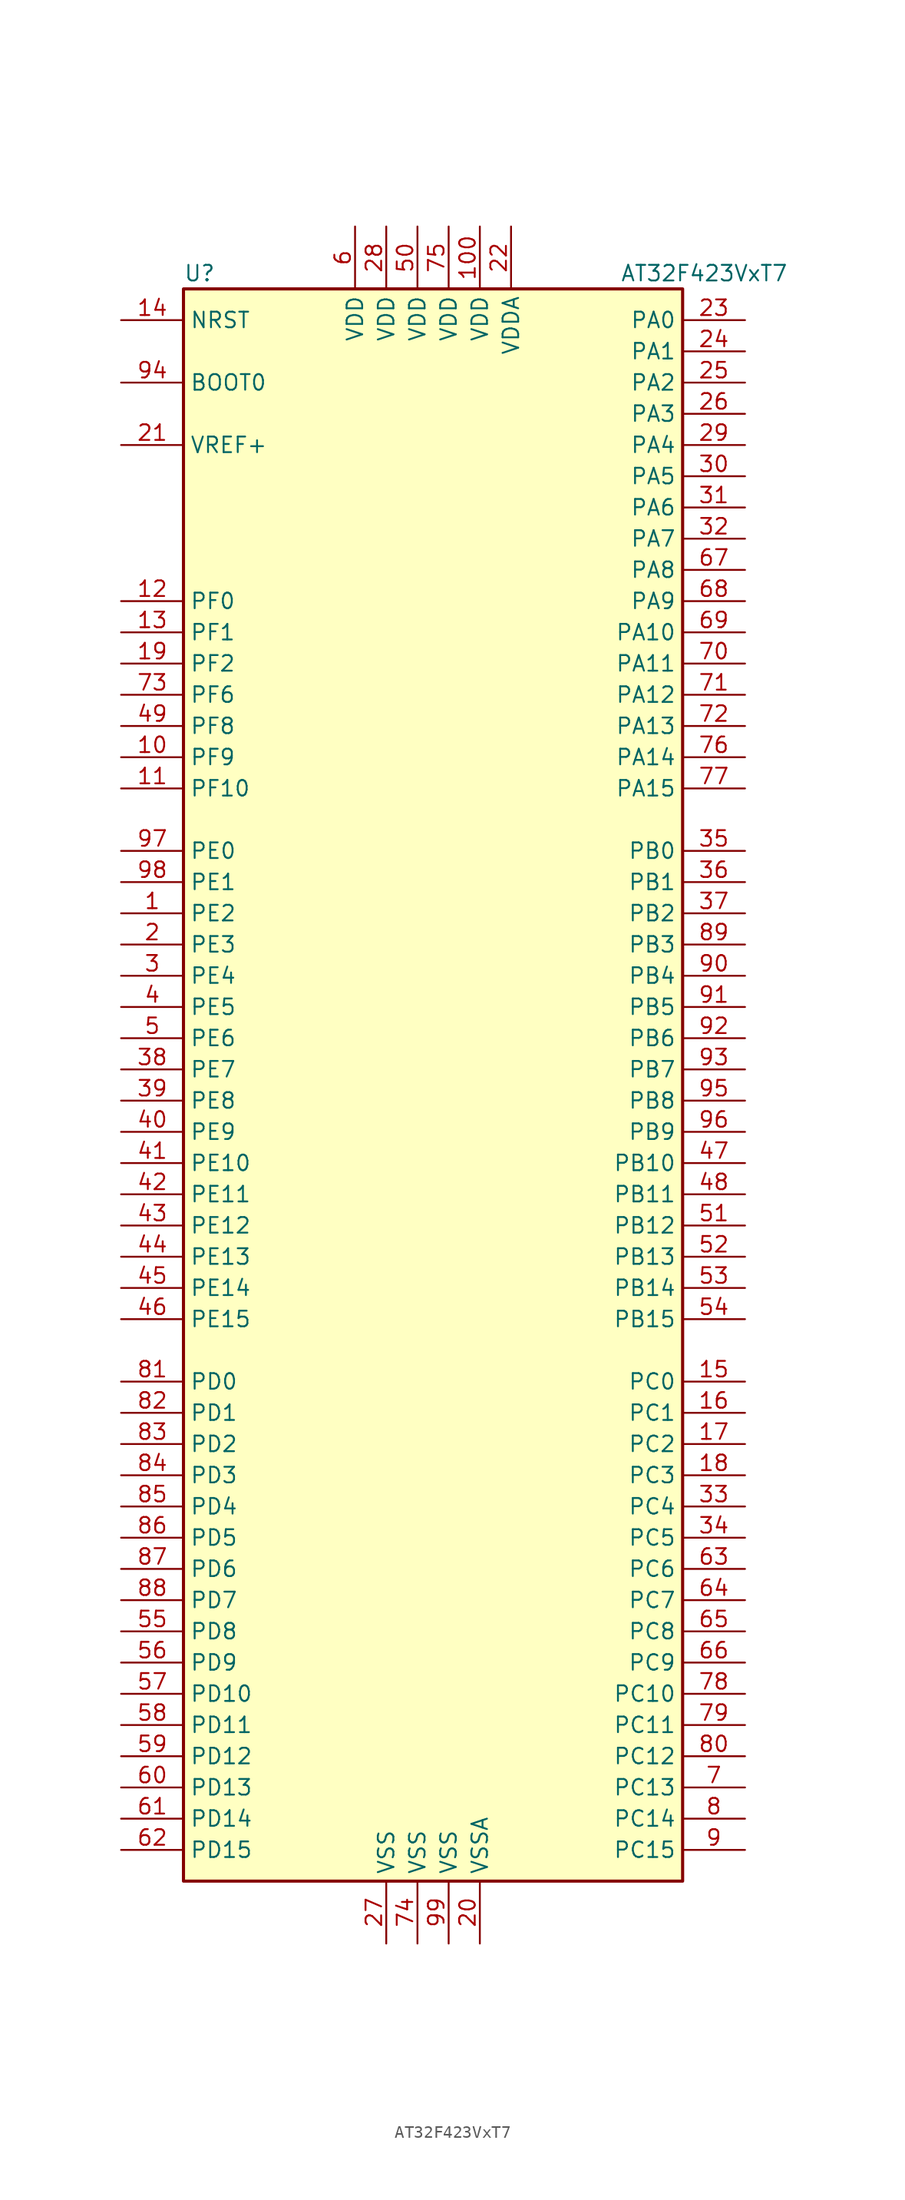
<source format=kicad_sym>
(kicad_symbol_lib
  (version 20220331)
  (generator kicad_symbol_editor)
  (symbol "AT32F423VxT7"
    (property "Reference" "U"
      (at -20.32 64.77 0)
      (effects (font (size 1.27 1.27)) (justify left)))
    (property "Value" "AT32F423VxT7"
      (at 15.24 64.77 0)
      (effects (font (size 1.27 1.27)) (justify left)))
    (symbol "AT32F423VxT7_0_1"
      (rectangle (start -20.32 63.5) (end 20.32 -66.04) (stroke (width 0.254) (type default)) (fill (type background))))
    (symbol "AT32F423VxT7_1_1"
      (pin bidirectional line (at -25.4 12.7 0) (length 5.08) (name "PE2" (effects (font (size 1.27 1.27)))) (number "1" (effects (font (size 1.27 1.27)))))
      (pin bidirectional line (at -25.4 25.4 0) (length 5.08) (name "PF9" (effects (font (size 1.27 1.27)))) (number "10" (effects (font (size 1.27 1.27)))))
      (pin power_in line (at 3.81 68.58 270) (length 5.08) (name "VDD" (effects (font (size 1.27 1.27)))) (number "100" (effects (font (size 1.27 1.27)))))
      (pin bidirectional line (at -25.4 22.86 0) (length 5.08) (name "PF10" (effects (font (size 1.27 1.27)))) (number "11" (effects (font (size 1.27 1.27)))))
      (pin input line (at -25.4 38.1 0) (length 5.08) (name "PF0" (effects (font (size 1.27 1.27)))) (number "12" (effects (font (size 1.27 1.27)))))
      (pin input line (at -25.4 35.56 0) (length 5.08) (name "PF1" (effects (font (size 1.27 1.27)))) (number "13" (effects (font (size 1.27 1.27)))))
      (pin input line (at -25.4 60.96 0) (length 5.08) (name "NRST" (effects (font (size 1.27 1.27)))) (number "14" (effects (font (size 1.27 1.27)))))
      (pin bidirectional line (at 25.4 -25.4 180) (length 5.08) (name "PC0" (effects (font (size 1.27 1.27)))) (number "15" (effects (font (size 1.27 1.27)))))
      (pin bidirectional line (at 25.4 -27.94 180) (length 5.08) (name "PC1" (effects (font (size 1.27 1.27)))) (number "16" (effects (font (size 1.27 1.27)))))
      (pin bidirectional line (at 25.4 -30.48 180) (length 5.08) (name "PC2" (effects (font (size 1.27 1.27)))) (number "17" (effects (font (size 1.27 1.27)))))
      (pin bidirectional line (at 25.4 -33.02 180) (length 5.08) (name "PC3" (effects (font (size 1.27 1.27)))) (number "18" (effects (font (size 1.27 1.27)))))
      (pin bidirectional line (at -25.4 33.02 0) (length 5.08) (name "PF2" (effects (font (size 1.27 1.27)))) (number "19" (effects (font (size 1.27 1.27)))))
      (pin bidirectional line (at -25.4 10.16 0) (length 5.08) (name "PE3" (effects (font (size 1.27 1.27)))) (number "2" (effects (font (size 1.27 1.27)))))
      (pin power_in line (at 3.81 -71.12 90) (length 5.08) (name "VSSA" (effects (font (size 1.27 1.27)))) (number "20" (effects (font (size 1.27 1.27)))))
      (pin power_in line (at -25.4 50.8 0) (length 5.08) (name "VREF+" (effects (font (size 1.27 1.27)))) (number "21" (effects (font (size 1.27 1.27)))))
      (pin power_in line (at 6.35 68.58 270) (length 5.08) (name "VDDA" (effects (font (size 1.27 1.27)))) (number "22" (effects (font (size 1.27 1.27)))))
      (pin bidirectional line (at 25.4 60.96 180) (length 5.08) (name "PA0" (effects (font (size 1.27 1.27)))) (number "23" (effects (font (size 1.27 1.27)))))
      (pin bidirectional line (at 25.4 58.42 180) (length 5.08) (name "PA1" (effects (font (size 1.27 1.27)))) (number "24" (effects (font (size 1.27 1.27)))))
      (pin bidirectional line (at 25.4 55.88 180) (length 5.08) (name "PA2" (effects (font (size 1.27 1.27)))) (number "25" (effects (font (size 1.27 1.27)))))
      (pin bidirectional line (at 25.4 53.34 180) (length 5.08) (name "PA3" (effects (font (size 1.27 1.27)))) (number "26" (effects (font (size 1.27 1.27)))))
      (pin power_in line (at -3.81 -71.12 90) (length 5.08) (name "VSS" (effects (font (size 1.27 1.27)))) (number "27" (effects (font (size 1.27 1.27)))))
      (pin power_in line (at -3.81 68.58 270) (length 5.08) (name "VDD" (effects (font (size 1.27 1.27)))) (number "28" (effects (font (size 1.27 1.27)))))
      (pin bidirectional line (at 25.4 50.8 180) (length 5.08) (name "PA4" (effects (font (size 1.27 1.27)))) (number "29" (effects (font (size 1.27 1.27)))))
      (pin bidirectional line (at -25.4 7.62 0) (length 5.08) (name "PE4" (effects (font (size 1.27 1.27)))) (number "3" (effects (font (size 1.27 1.27)))))
      (pin bidirectional line (at 25.4 48.26 180) (length 5.08) (name "PA5" (effects (font (size 1.27 1.27)))) (number "30" (effects (font (size 1.27 1.27)))))
      (pin bidirectional line (at 25.4 45.72 180) (length 5.08) (name "PA6" (effects (font (size 1.27 1.27)))) (number "31" (effects (font (size 1.27 1.27)))))
      (pin bidirectional line (at 25.4 43.18 180) (length 5.08) (name "PA7" (effects (font (size 1.27 1.27)))) (number "32" (effects (font (size 1.27 1.27)))))
      (pin bidirectional line (at 25.4 -35.56 180) (length 5.08) (name "PC4" (effects (font (size 1.27 1.27)))) (number "33" (effects (font (size 1.27 1.27)))))
      (pin bidirectional line (at 25.4 -38.1 180) (length 5.08) (name "PC5" (effects (font (size 1.27 1.27)))) (number "34" (effects (font (size 1.27 1.27)))))
      (pin bidirectional line (at 25.4 17.78 180) (length 5.08) (name "PB0" (effects (font (size 1.27 1.27)))) (number "35" (effects (font (size 1.27 1.27)))))
      (pin bidirectional line (at 25.4 15.24 180) (length 5.08) (name "PB1" (effects (font (size 1.27 1.27)))) (number "36" (effects (font (size 1.27 1.27)))))
      (pin bidirectional line (at 25.4 12.7 180) (length 5.08) (name "PB2" (effects (font (size 1.27 1.27)))) (number "37" (effects (font (size 1.27 1.27)))))
      (pin bidirectional line (at -25.4 0 0) (length 5.08) (name "PE7" (effects (font (size 1.27 1.27)))) (number "38" (effects (font (size 1.27 1.27)))))
      (pin bidirectional line (at -25.4 -2.54 0) (length 5.08) (name "PE8" (effects (font (size 1.27 1.27)))) (number "39" (effects (font (size 1.27 1.27)))))
      (pin bidirectional line (at -25.4 5.08 0) (length 5.08) (name "PE5" (effects (font (size 1.27 1.27)))) (number "4" (effects (font (size 1.27 1.27)))))
      (pin bidirectional line (at -25.4 -5.08 0) (length 5.08) (name "PE9" (effects (font (size 1.27 1.27)))) (number "40" (effects (font (size 1.27 1.27)))))
      (pin bidirectional line (at -25.4 -7.62 0) (length 5.08) (name "PE10" (effects (font (size 1.27 1.27)))) (number "41" (effects (font (size 1.27 1.27)))))
      (pin bidirectional line (at -25.4 -10.16 0) (length 5.08) (name "PE11" (effects (font (size 1.27 1.27)))) (number "42" (effects (font (size 1.27 1.27)))))
      (pin bidirectional line (at -25.4 -12.7 0) (length 5.08) (name "PE12" (effects (font (size 1.27 1.27)))) (number "43" (effects (font (size 1.27 1.27)))))
      (pin bidirectional line (at -25.4 -15.24 0) (length 5.08) (name "PE13" (effects (font (size 1.27 1.27)))) (number "44" (effects (font (size 1.27 1.27)))))
      (pin bidirectional line (at -25.4 -17.78 0) (length 5.08) (name "PE14" (effects (font (size 1.27 1.27)))) (number "45" (effects (font (size 1.27 1.27)))))
      (pin bidirectional line (at -25.4 -20.32 0) (length 5.08) (name "PE15" (effects (font (size 1.27 1.27)))) (number "46" (effects (font (size 1.27 1.27)))))
      (pin bidirectional line (at 25.4 -7.62 180) (length 5.08) (name "PB10" (effects (font (size 1.27 1.27)))) (number "47" (effects (font (size 1.27 1.27)))))
      (pin bidirectional line (at 25.4 -10.16 180) (length 5.08) (name "PB11" (effects (font (size 1.27 1.27)))) (number "48" (effects (font (size 1.27 1.27)))))
      (pin bidirectional line (at -25.4 27.94 0) (length 5.08) (name "PF8" (effects (font (size 1.27 1.27)))) (number "49" (effects (font (size 1.27 1.27)))))
      (pin bidirectional line (at -25.4 2.54 0) (length 5.08) (name "PE6" (effects (font (size 1.27 1.27)))) (number "5" (effects (font (size 1.27 1.27)))))
      (pin power_in line (at -1.27 68.58 270) (length 5.08) (name "VDD" (effects (font (size 1.27 1.27)))) (number "50" (effects (font (size 1.27 1.27)))))
      (pin bidirectional line (at 25.4 -12.7 180) (length 5.08) (name "PB12" (effects (font (size 1.27 1.27)))) (number "51" (effects (font (size 1.27 1.27)))))
      (pin bidirectional line (at 25.4 -15.24 180) (length 5.08) (name "PB13" (effects (font (size 1.27 1.27)))) (number "52" (effects (font (size 1.27 1.27)))))
      (pin bidirectional line (at 25.4 -17.78 180) (length 5.08) (name "PB14" (effects (font (size 1.27 1.27)))) (number "53" (effects (font (size 1.27 1.27)))))
      (pin bidirectional line (at 25.4 -20.32 180) (length 5.08) (name "PB15" (effects (font (size 1.27 1.27)))) (number "54" (effects (font (size 1.27 1.27)))))
      (pin bidirectional line (at -25.4 -45.72 0) (length 5.08) (name "PD8" (effects (font (size 1.27 1.27)))) (number "55" (effects (font (size 1.27 1.27)))))
      (pin bidirectional line (at -25.4 -48.26 0) (length 5.08) (name "PD9" (effects (font (size 1.27 1.27)))) (number "56" (effects (font (size 1.27 1.27)))))
      (pin bidirectional line (at -25.4 -50.8 0) (length 5.08) (name "PD10" (effects (font (size 1.27 1.27)))) (number "57" (effects (font (size 1.27 1.27)))))
      (pin bidirectional line (at -25.4 -53.34 0) (length 5.08) (name "PD11" (effects (font (size 1.27 1.27)))) (number "58" (effects (font (size 1.27 1.27)))))
      (pin bidirectional line (at -25.4 -55.88 0) (length 5.08) (name "PD12" (effects (font (size 1.27 1.27)))) (number "59" (effects (font (size 1.27 1.27)))))
      (pin power_in line (at -6.35 68.58 270) (length 5.08) (name "VDD" (effects (font (size 1.27 1.27)))) (number "6" (effects (font (size 1.27 1.27)))))
      (pin bidirectional line (at -25.4 -58.42 0) (length 5.08) (name "PD13" (effects (font (size 1.27 1.27)))) (number "60" (effects (font (size 1.27 1.27)))))
      (pin bidirectional line (at -25.4 -60.96 0) (length 5.08) (name "PD14" (effects (font (size 1.27 1.27)))) (number "61" (effects (font (size 1.27 1.27)))))
      (pin bidirectional line (at -25.4 -63.5 0) (length 5.08) (name "PD15" (effects (font (size 1.27 1.27)))) (number "62" (effects (font (size 1.27 1.27)))))
      (pin bidirectional line (at 25.4 -40.64 180) (length 5.08) (name "PC6" (effects (font (size 1.27 1.27)))) (number "63" (effects (font (size 1.27 1.27)))))
      (pin bidirectional line (at 25.4 -43.18 180) (length 5.08) (name "PC7" (effects (font (size 1.27 1.27)))) (number "64" (effects (font (size 1.27 1.27)))))
      (pin bidirectional line (at 25.4 -45.72 180) (length 5.08) (name "PC8" (effects (font (size 1.27 1.27)))) (number "65" (effects (font (size 1.27 1.27)))))
      (pin bidirectional line (at 25.4 -48.26 180) (length 5.08) (name "PC9" (effects (font (size 1.27 1.27)))) (number "66" (effects (font (size 1.27 1.27)))))
      (pin bidirectional line (at 25.4 40.64 180) (length 5.08) (name "PA8" (effects (font (size 1.27 1.27)))) (number "67" (effects (font (size 1.27 1.27)))))
      (pin bidirectional line (at 25.4 38.1 180) (length 5.08) (name "PA9" (effects (font (size 1.27 1.27)))) (number "68" (effects (font (size 1.27 1.27)))))
      (pin bidirectional line (at 25.4 35.56 180) (length 5.08) (name "PA10" (effects (font (size 1.27 1.27)))) (number "69" (effects (font (size 1.27 1.27)))))
      (pin bidirectional line (at 25.4 -58.42 180) (length 5.08) (name "PC13" (effects (font (size 1.27 1.27)))) (number "7" (effects (font (size 1.27 1.27)))))
      (pin bidirectional line (at 25.4 33.02 180) (length 5.08) (name "PA11" (effects (font (size 1.27 1.27)))) (number "70" (effects (font (size 1.27 1.27)))))
      (pin bidirectional line (at 25.4 30.48 180) (length 5.08) (name "PA12" (effects (font (size 1.27 1.27)))) (number "71" (effects (font (size 1.27 1.27)))))
      (pin bidirectional line (at 25.4 27.94 180) (length 5.08) (name "PA13" (effects (font (size 1.27 1.27)))) (number "72" (effects (font (size 1.27 1.27)))))
      (pin bidirectional line (at -25.4 30.48 0) (length 5.08) (name "PF6" (effects (font (size 1.27 1.27)))) (number "73" (effects (font (size 1.27 1.27)))))
      (pin power_in line (at -1.27 -71.12 90) (length 5.08) (name "VSS" (effects (font (size 1.27 1.27)))) (number "74" (effects (font (size 1.27 1.27)))))
      (pin power_in line (at 1.27 68.58 270) (length 5.08) (name "VDD" (effects (font (size 1.27 1.27)))) (number "75" (effects (font (size 1.27 1.27)))))
      (pin bidirectional line (at 25.4 25.4 180) (length 5.08) (name "PA14" (effects (font (size 1.27 1.27)))) (number "76" (effects (font (size 1.27 1.27)))))
      (pin bidirectional line (at 25.4 22.86 180) (length 5.08) (name "PA15" (effects (font (size 1.27 1.27)))) (number "77" (effects (font (size 1.27 1.27)))))
      (pin bidirectional line (at 25.4 -50.8 180) (length 5.08) (name "PC10" (effects (font (size 1.27 1.27)))) (number "78" (effects (font (size 1.27 1.27)))))
      (pin bidirectional line (at 25.4 -53.34 180) (length 5.08) (name "PC11" (effects (font (size 1.27 1.27)))) (number "79" (effects (font (size 1.27 1.27)))))
      (pin bidirectional line (at 25.4 -60.96 180) (length 5.08) (name "PC14" (effects (font (size 1.27 1.27)))) (number "8" (effects (font (size 1.27 1.27)))))
      (pin bidirectional line (at 25.4 -55.88 180) (length 5.08) (name "PC12" (effects (font (size 1.27 1.27)))) (number "80" (effects (font (size 1.27 1.27)))))
      (pin bidirectional line (at -25.4 -25.4 0) (length 5.08) (name "PD0" (effects (font (size 1.27 1.27)))) (number "81" (effects (font (size 1.27 1.27)))))
      (pin bidirectional line (at -25.4 -27.94 0) (length 5.08) (name "PD1" (effects (font (size 1.27 1.27)))) (number "82" (effects (font (size 1.27 1.27)))))
      (pin bidirectional line (at -25.4 -30.48 0) (length 5.08) (name "PD2" (effects (font (size 1.27 1.27)))) (number "83" (effects (font (size 1.27 1.27)))))
      (pin bidirectional line (at -25.4 -33.02 0) (length 5.08) (name "PD3" (effects (font (size 1.27 1.27)))) (number "84" (effects (font (size 1.27 1.27)))))
      (pin bidirectional line (at -25.4 -35.56 0) (length 5.08) (name "PD4" (effects (font (size 1.27 1.27)))) (number "85" (effects (font (size 1.27 1.27)))))
      (pin bidirectional line (at -25.4 -38.1 0) (length 5.08) (name "PD5" (effects (font (size 1.27 1.27)))) (number "86" (effects (font (size 1.27 1.27)))))
      (pin bidirectional line (at -25.4 -40.64 0) (length 5.08) (name "PD6" (effects (font (size 1.27 1.27)))) (number "87" (effects (font (size 1.27 1.27)))))
      (pin bidirectional line (at -25.4 -43.18 0) (length 5.08) (name "PD7" (effects (font (size 1.27 1.27)))) (number "88" (effects (font (size 1.27 1.27)))))
      (pin bidirectional line (at 25.4 10.16 180) (length 5.08) (name "PB3" (effects (font (size 1.27 1.27)))) (number "89" (effects (font (size 1.27 1.27)))))
      (pin bidirectional line (at 25.4 -63.5 180) (length 5.08) (name "PC15" (effects (font (size 1.27 1.27)))) (number "9" (effects (font (size 1.27 1.27)))))
      (pin bidirectional line (at 25.4 7.62 180) (length 5.08) (name "PB4" (effects (font (size 1.27 1.27)))) (number "90" (effects (font (size 1.27 1.27)))))
      (pin bidirectional line (at 25.4 5.08 180) (length 5.08) (name "PB5" (effects (font (size 1.27 1.27)))) (number "91" (effects (font (size 1.27 1.27)))))
      (pin bidirectional line (at 25.4 2.54 180) (length 5.08) (name "PB6" (effects (font (size 1.27 1.27)))) (number "92" (effects (font (size 1.27 1.27)))))
      (pin bidirectional line (at 25.4 0 180) (length 5.08) (name "PB7" (effects (font (size 1.27 1.27)))) (number "93" (effects (font (size 1.27 1.27)))))
      (pin input line (at -25.4 55.88 0) (length 5.08) (name "BOOT0" (effects (font (size 1.27 1.27)))) (number "94" (effects (font (size 1.27 1.27)))))
      (pin bidirectional line (at 25.4 -2.54 180) (length 5.08) (name "PB8" (effects (font (size 1.27 1.27)))) (number "95" (effects (font (size 1.27 1.27)))))
      (pin bidirectional line (at 25.4 -5.08 180) (length 5.08) (name "PB9" (effects (font (size 1.27 1.27)))) (number "96" (effects (font (size 1.27 1.27)))))
      (pin bidirectional line (at -25.4 17.78 0) (length 5.08) (name "PE0" (effects (font (size 1.27 1.27)))) (number "97" (effects (font (size 1.27 1.27)))))
      (pin bidirectional line (at -25.4 15.24 0) (length 5.08) (name "PE1" (effects (font (size 1.27 1.27)))) (number "98" (effects (font (size 1.27 1.27)))))
      (pin power_in line (at 1.27 -71.12 90) (length 5.08) (name "VSS" (effects (font (size 1.27 1.27)))) (number "99" (effects (font (size 1.27 1.27))))))))
</source>
